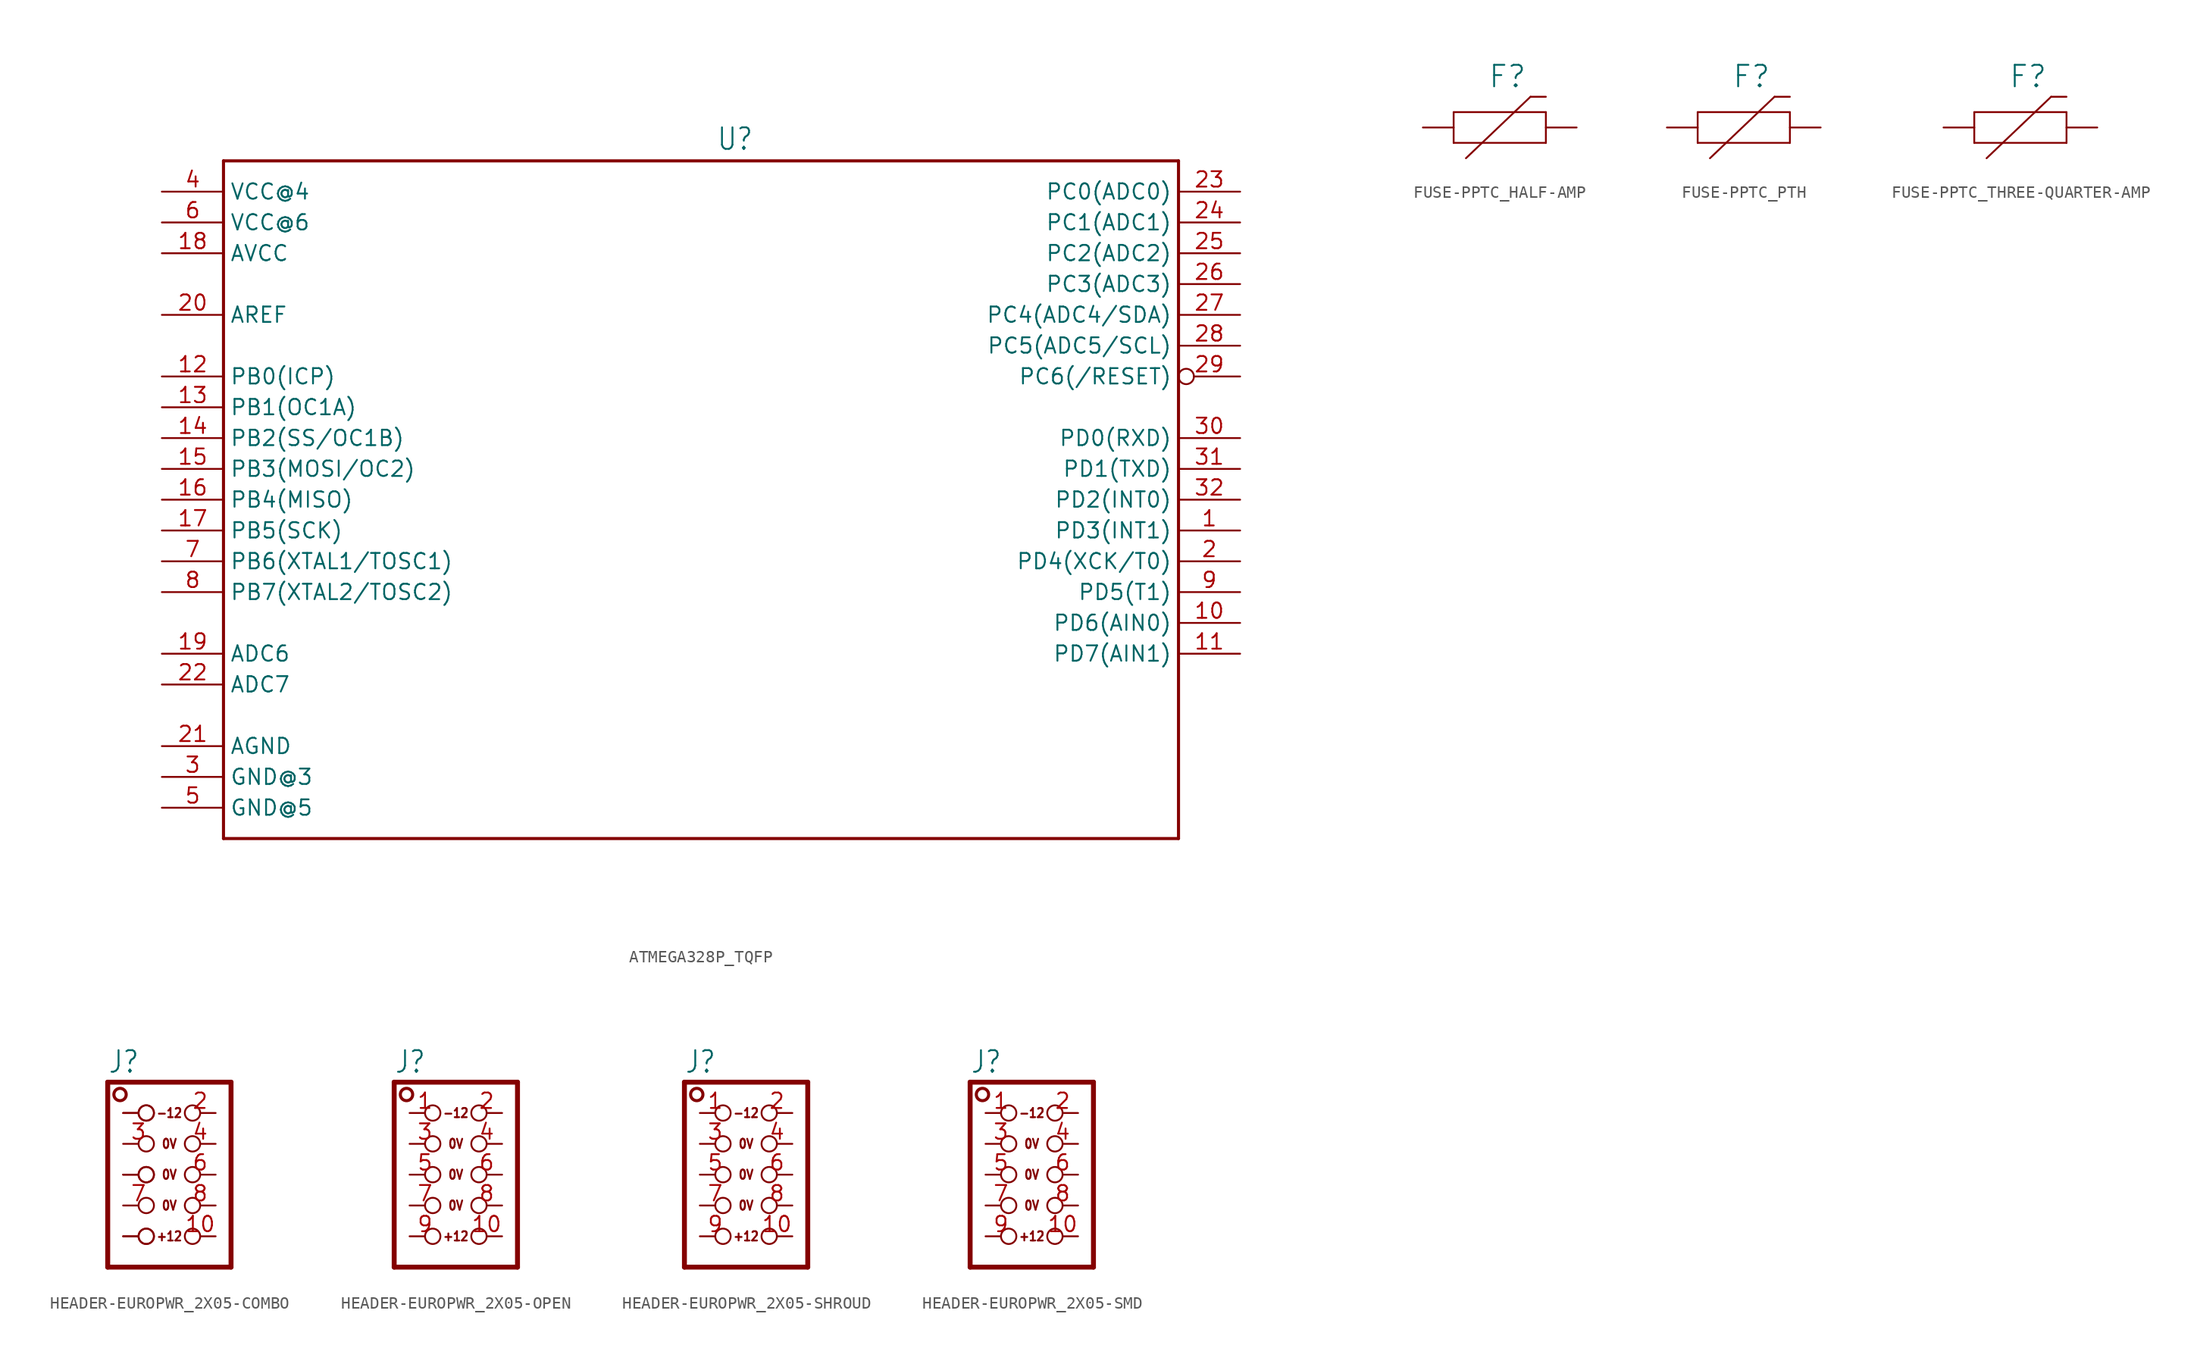
<source format=kicad_sym>
(kicad_symbol_lib
  (version 20231120)
  (generator "kicad_symbol_editor")
  (generator_version "8.0")
  (symbol "ATMEGA328P_TQFP"
    (property "Reference" "U"
      (at -20.32 33.782 0)
      (effects (font (size 1.778 1.511)) (justify left bottom)))
    (property "Value" ""
      (at -25.4 -25.4 0)
      (effects (font (size 1.778 1.511)) (justify left bottom)))
    (property "ki_locked" ""
      (at 0 0 0)
      (effects (font (size 1.27 1.27))))
    (symbol "ATMEGA328P_TQFP_1_0"
      (polyline (pts (xy -60.96 -22.86) (xy -60.96 33.02)) (stroke (width 0.254) (type solid)) (fill (type none)))
      (polyline (pts (xy -60.96 33.02) (xy 17.78 33.02)) (stroke (width 0.254) (type solid)) (fill (type none)))
      (polyline (pts (xy 17.78 -22.86) (xy -60.96 -22.86)) (stroke (width 0.254) (type solid)) (fill (type none)))
      (polyline (pts (xy 17.78 33.02) (xy 17.78 -22.86)) (stroke (width 0.254) (type solid)) (fill (type none)))
      (pin bidirectional line (at 22.86 2.54 180) (length 5.08) (name "PD3(INT1)" (effects (font (size 1.27 1.27)))) (number "1" (effects (font (size 1.27 1.27)))))
      (pin bidirectional line (at 22.86 -5.08 180) (length 5.08) (name "PD6(AIN0)" (effects (font (size 1.27 1.27)))) (number "10" (effects (font (size 1.27 1.27)))))
      (pin bidirectional line (at 22.86 -7.62 180) (length 5.08) (name "PD7(AIN1)" (effects (font (size 1.27 1.27)))) (number "11" (effects (font (size 1.27 1.27)))))
      (pin bidirectional line (at -66.04 15.24 0) (length 5.08) (name "PB0(ICP)" (effects (font (size 1.27 1.27)))) (number "12" (effects (font (size 1.27 1.27)))))
      (pin bidirectional line (at -66.04 12.7 0) (length 5.08) (name "PB1(OC1A)" (effects (font (size 1.27 1.27)))) (number "13" (effects (font (size 1.27 1.27)))))
      (pin bidirectional line (at -66.04 10.16 0) (length 5.08) (name "PB2(SS/OC1B)" (effects (font (size 1.27 1.27)))) (number "14" (effects (font (size 1.27 1.27)))))
      (pin bidirectional line (at -66.04 7.62 0) (length 5.08) (name "PB3(MOSI/OC2)" (effects (font (size 1.27 1.27)))) (number "15" (effects (font (size 1.27 1.27)))))
      (pin bidirectional line (at -66.04 5.08 0) (length 5.08) (name "PB4(MISO)" (effects (font (size 1.27 1.27)))) (number "16" (effects (font (size 1.27 1.27)))))
      (pin bidirectional line (at -66.04 2.54 0) (length 5.08) (name "PB5(SCK)" (effects (font (size 1.27 1.27)))) (number "17" (effects (font (size 1.27 1.27)))))
      (pin bidirectional line (at -66.04 25.4 0) (length 5.08) (name "AVCC" (effects (font (size 1.27 1.27)))) (number "18" (effects (font (size 1.27 1.27)))))
      (pin bidirectional line (at -66.04 -7.62 0) (length 5.08) (name "ADC6" (effects (font (size 1.27 1.27)))) (number "19" (effects (font (size 1.27 1.27)))))
      (pin bidirectional line (at 22.86 0 180) (length 5.08) (name "PD4(XCK/T0)" (effects (font (size 1.27 1.27)))) (number "2" (effects (font (size 1.27 1.27)))))
      (pin bidirectional line (at -66.04 20.32 0) (length 5.08) (name "AREF" (effects (font (size 1.27 1.27)))) (number "20" (effects (font (size 1.27 1.27)))))
      (pin bidirectional line (at -66.04 -15.24 0) (length 5.08) (name "AGND" (effects (font (size 1.27 1.27)))) (number "21" (effects (font (size 1.27 1.27)))))
      (pin bidirectional line (at -66.04 -10.16 0) (length 5.08) (name "ADC7" (effects (font (size 1.27 1.27)))) (number "22" (effects (font (size 1.27 1.27)))))
      (pin bidirectional line (at 22.86 30.48 180) (length 5.08) (name "PC0(ADC0)" (effects (font (size 1.27 1.27)))) (number "23" (effects (font (size 1.27 1.27)))))
      (pin bidirectional line (at 22.86 27.94 180) (length 5.08) (name "PC1(ADC1)" (effects (font (size 1.27 1.27)))) (number "24" (effects (font (size 1.27 1.27)))))
      (pin bidirectional line (at 22.86 25.4 180) (length 5.08) (name "PC2(ADC2)" (effects (font (size 1.27 1.27)))) (number "25" (effects (font (size 1.27 1.27)))))
      (pin bidirectional line (at 22.86 22.86 180) (length 5.08) (name "PC3(ADC3)" (effects (font (size 1.27 1.27)))) (number "26" (effects (font (size 1.27 1.27)))))
      (pin bidirectional line (at 22.86 20.32 180) (length 5.08) (name "PC4(ADC4/SDA)" (effects (font (size 1.27 1.27)))) (number "27" (effects (font (size 1.27 1.27)))))
      (pin bidirectional line (at 22.86 17.78 180) (length 5.08) (name "PC5(ADC5/SCL)" (effects (font (size 1.27 1.27)))) (number "28" (effects (font (size 1.27 1.27)))))
      (pin bidirectional inverted (at 22.86 15.24 180) (length 5.08) (name "PC6(/RESET)" (effects (font (size 1.27 1.27)))) (number "29" (effects (font (size 1.27 1.27)))))
      (pin bidirectional line (at -66.04 -17.78 0) (length 5.08) (name "GND@3" (effects (font (size 1.27 1.27)))) (number "3" (effects (font (size 1.27 1.27)))))
      (pin bidirectional line (at 22.86 10.16 180) (length 5.08) (name "PD0(RXD)" (effects (font (size 1.27 1.27)))) (number "30" (effects (font (size 1.27 1.27)))))
      (pin bidirectional line (at 22.86 7.62 180) (length 5.08) (name "PD1(TXD)" (effects (font (size 1.27 1.27)))) (number "31" (effects (font (size 1.27 1.27)))))
      (pin bidirectional line (at 22.86 5.08 180) (length 5.08) (name "PD2(INT0)" (effects (font (size 1.27 1.27)))) (number "32" (effects (font (size 1.27 1.27)))))
      (pin bidirectional line (at -66.04 30.48 0) (length 5.08) (name "VCC@4" (effects (font (size 1.27 1.27)))) (number "4" (effects (font (size 1.27 1.27)))))
      (pin bidirectional line (at -66.04 -20.32 0) (length 5.08) (name "GND@5" (effects (font (size 1.27 1.27)))) (number "5" (effects (font (size 1.27 1.27)))))
      (pin bidirectional line (at -66.04 27.94 0) (length 5.08) (name "VCC@6" (effects (font (size 1.27 1.27)))) (number "6" (effects (font (size 1.27 1.27)))))
      (pin bidirectional line (at -66.04 0 0) (length 5.08) (name "PB6(XTAL1/TOSC1)" (effects (font (size 1.27 1.27)))) (number "7" (effects (font (size 1.27 1.27)))))
      (pin bidirectional line (at -66.04 -2.54 0) (length 5.08) (name "PB7(XTAL2/TOSC2)" (effects (font (size 1.27 1.27)))) (number "8" (effects (font (size 1.27 1.27)))))
      (pin bidirectional line (at 22.86 -2.54 180) (length 5.08) (name "PD5(T1)" (effects (font (size 1.27 1.27)))) (number "9" (effects (font (size 1.27 1.27)))))))
  (symbol "FUSE-PPTC_HALF-AMP"
    (property "Reference" "F"
      (at 1.905 3.175 0)
      (effects (font (size 1.778 1.778)) (justify bottom)))
    (property "Value" ""
      (at 1.27 -2.794 0)
      (effects (font (size 1.778 1.778)) (justify top)))
    (property "ki_locked" ""
      (at 0 0 0)
      (effects (font (size 1.27 1.27))))
    (symbol "FUSE-PPTC_HALF-AMP_1_0"
      (polyline (pts (xy -2.54 -1.27) (xy -2.54 1.27)) (stroke (width 0.152) (type solid)) (fill (type none)))
      (polyline (pts (xy -2.54 1.27) (xy 5.08 1.27)) (stroke (width 0.152) (type solid)) (fill (type none)))
      (polyline (pts (xy -1.524 -2.54) (xy 3.81 2.54)) (stroke (width 0.152) (type solid)) (fill (type none)))
      (polyline (pts (xy 3.81 2.54) (xy 5.08 2.54)) (stroke (width 0.152) (type solid)) (fill (type none)))
      (polyline (pts (xy 5.08 -1.27) (xy -2.54 -1.27)) (stroke (width 0.152) (type solid)) (fill (type none)))
      (polyline (pts (xy 5.08 1.27) (xy 5.08 -1.27)) (stroke (width 0.152) (type solid)) (fill (type none)))
      (pin bidirectional line (at -5.08 0 0) (length 2.54) (name "1" (effects (font (size 0 0)))) (number "1" (effects (font (size 0 0)))))
      (pin bidirectional line (at 7.62 0 180) (length 2.54) (name "2" (effects (font (size 0 0)))) (number "2" (effects (font (size 0 0)))))))
  (symbol "FUSE-PPTC_PTH"
    (property "Reference" "F"
      (at 1.905 3.175 0)
      (effects (font (size 1.778 1.778)) (justify bottom)))
    (property "Value" ""
      (at 1.27 -2.794 0)
      (effects (font (size 1.778 1.778)) (justify top)))
    (property "ki_locked" ""
      (at 0 0 0)
      (effects (font (size 1.27 1.27))))
    (symbol "FUSE-PPTC_PTH_1_0"
      (polyline (pts (xy -2.54 -1.27) (xy -2.54 1.27)) (stroke (width 0.152) (type solid)) (fill (type none)))
      (polyline (pts (xy -2.54 1.27) (xy 5.08 1.27)) (stroke (width 0.152) (type solid)) (fill (type none)))
      (polyline (pts (xy -1.524 -2.54) (xy 3.81 2.54)) (stroke (width 0.152) (type solid)) (fill (type none)))
      (polyline (pts (xy 3.81 2.54) (xy 5.08 2.54)) (stroke (width 0.152) (type solid)) (fill (type none)))
      (polyline (pts (xy 5.08 -1.27) (xy -2.54 -1.27)) (stroke (width 0.152) (type solid)) (fill (type none)))
      (polyline (pts (xy 5.08 1.27) (xy 5.08 -1.27)) (stroke (width 0.152) (type solid)) (fill (type none)))
      (pin bidirectional line (at -5.08 0 0) (length 2.54) (name "1" (effects (font (size 0 0)))) (number "P$1" (effects (font (size 0 0)))))
      (pin bidirectional line (at 7.62 0 180) (length 2.54) (name "2" (effects (font (size 0 0)))) (number "P$2" (effects (font (size 0 0)))))))
  (symbol "FUSE-PPTC_THREE-QUARTER-AMP"
    (property "Reference" "F"
      (at 1.905 3.175 0)
      (effects (font (size 1.778 1.778)) (justify bottom)))
    (property "Value" ""
      (at 1.27 -2.794 0)
      (effects (font (size 1.778 1.778)) (justify top)))
    (property "ki_locked" ""
      (at 0 0 0)
      (effects (font (size 1.27 1.27))))
    (symbol "FUSE-PPTC_THREE-QUARTER-AMP_1_0"
      (polyline (pts (xy -2.54 -1.27) (xy -2.54 1.27)) (stroke (width 0.152) (type solid)) (fill (type none)))
      (polyline (pts (xy -2.54 1.27) (xy 5.08 1.27)) (stroke (width 0.152) (type solid)) (fill (type none)))
      (polyline (pts (xy -1.524 -2.54) (xy 3.81 2.54)) (stroke (width 0.152) (type solid)) (fill (type none)))
      (polyline (pts (xy 3.81 2.54) (xy 5.08 2.54)) (stroke (width 0.152) (type solid)) (fill (type none)))
      (polyline (pts (xy 5.08 -1.27) (xy -2.54 -1.27)) (stroke (width 0.152) (type solid)) (fill (type none)))
      (polyline (pts (xy 5.08 1.27) (xy 5.08 -1.27)) (stroke (width 0.152) (type solid)) (fill (type none)))
      (pin bidirectional line (at -5.08 0 0) (length 2.54) (name "1" (effects (font (size 0 0)))) (number "1" (effects (font (size 0 0)))))
      (pin bidirectional line (at 7.62 0 180) (length 2.54) (name "2" (effects (font (size 0 0)))) (number "2" (effects (font (size 0 0)))))))
  (symbol "HEADER-EUROPWR_2X05-COMBO"
    (property "Reference" "J"
      (at -1.27 8.255 0)
      (effects (font (size 1.778 1.511)) (justify left bottom)))
    (property "ki_locked" ""
      (at 0 0 0)
      (effects (font (size 1.27 1.27))))
    (symbol "HEADER-EUROPWR_2X05-COMBO_1_0"
      (circle (center -0.254 6.604) (radius 0.508) (stroke (width 0.254) (type solid)) (fill (type none)))
      (polyline (pts (xy -1.27 -7.62) (xy -1.27 7.62)) (stroke (width 0.406) (type solid)) (fill (type none)))
      (polyline (pts (xy -1.27 7.62) (xy 8.89 7.62)) (stroke (width 0.406) (type solid)) (fill (type none)))
      (polyline (pts (xy 8.89 -7.62) (xy -1.27 -7.62)) (stroke (width 0.406) (type solid)) (fill (type none)))
      (polyline (pts (xy 8.89 7.62) (xy 8.89 -7.62)) (stroke (width 0.406) (type solid)) (fill (type none)))
      (text "+12" (at 3.81 -5.08 0) (effects (font (size 0.762 0.648))))
      (text "-12" (at 3.81 5.08 0) (effects (font (size 0.762 0.648))))
      (text "0V" (at 3.81 -2.54 0) (effects (font (size 0.762 0.648))))
      (text "0V" (at 3.81 0 0) (effects (font (size 0.762 0.648))))
      (text "0V" (at 3.81 2.54 0) (effects (font (size 0.762 0.648))))
      (pin passive inverted (at 0 5.08 0) (length 2.54) (name "1" (effects (font (size 0 0)))) (number "1" (effects (font (size 0 0)))))
      (pin passive inverted (at 7.62 -5.08 180) (length 2.54) (name "10" (effects (font (size 0 0)))) (number "10" (effects (font (size 1.27 1.27)))))
      (pin passive inverted (at 7.62 5.08 180) (length 2.54) (name "2" (effects (font (size 0 0)))) (number "2" (effects (font (size 1.27 1.27)))))
      (pin passive inverted (at 0 2.54 0) (length 2.54) (name "3" (effects (font (size 0 0)))) (number "3" (effects (font (size 1.27 1.27)))))
      (pin passive inverted (at 7.62 2.54 180) (length 2.54) (name "4" (effects (font (size 0 0)))) (number "4" (effects (font (size 1.27 1.27)))))
      (pin passive inverted (at 0 0 0) (length 2.54) (name "5" (effects (font (size 0 0)))) (number "5" (effects (font (size 0 0)))))
      (pin passive inverted (at 7.62 0 180) (length 2.54) (name "6" (effects (font (size 0 0)))) (number "6" (effects (font (size 1.27 1.27)))))
      (pin passive inverted (at 0 -2.54 0) (length 2.54) (name "7" (effects (font (size 0 0)))) (number "7" (effects (font (size 1.27 1.27)))))
      (pin passive inverted (at 7.62 -2.54 180) (length 2.54) (name "8" (effects (font (size 0 0)))) (number "8" (effects (font (size 1.27 1.27)))))
      (pin passive inverted (at 0 -5.08 0) (length 2.54) (name "9" (effects (font (size 0 0)))) (number "9" (effects (font (size 0 0)))))
      (pin passive inverted (at 0 0 0) (length 2.54) (name "5" (effects (font (size 0 0)))) (number "B" (effects (font (size 0 0)))))
      (pin passive inverted (at 0 -5.08 0) (length 2.54) (name "9" (effects (font (size 0 0)))) (number "R" (effects (font (size 0 0)))))
      (pin passive inverted (at 0 5.08 0) (length 2.54) (name "1" (effects (font (size 0 0)))) (number "W" (effects (font (size 0 0)))))))
  (symbol "HEADER-EUROPWR_2X05-OPEN"
    (property "Reference" "J"
      (at -1.27 8.255 0)
      (effects (font (size 1.778 1.511)) (justify left bottom)))
    (property "ki_locked" ""
      (at 0 0 0)
      (effects (font (size 1.27 1.27))))
    (symbol "HEADER-EUROPWR_2X05-OPEN_1_0"
      (circle (center -0.254 6.604) (radius 0.508) (stroke (width 0.254) (type solid)) (fill (type none)))
      (polyline (pts (xy -1.27 -7.62) (xy -1.27 7.62)) (stroke (width 0.406) (type solid)) (fill (type none)))
      (polyline (pts (xy -1.27 7.62) (xy 8.89 7.62)) (stroke (width 0.406) (type solid)) (fill (type none)))
      (polyline (pts (xy 8.89 -7.62) (xy -1.27 -7.62)) (stroke (width 0.406) (type solid)) (fill (type none)))
      (polyline (pts (xy 8.89 7.62) (xy 8.89 -7.62)) (stroke (width 0.406) (type solid)) (fill (type none)))
      (text "+12" (at 3.81 -5.08 0) (effects (font (size 0.762 0.648))))
      (text "-12" (at 3.81 5.08 0) (effects (font (size 0.762 0.648))))
      (text "0V" (at 3.81 -2.54 0) (effects (font (size 0.762 0.648))))
      (text "0V" (at 3.81 0 0) (effects (font (size 0.762 0.648))))
      (text "0V" (at 3.81 2.54 0) (effects (font (size 0.762 0.648))))
      (pin passive inverted (at 0 5.08 0) (length 2.54) (name "1" (effects (font (size 0 0)))) (number "1" (effects (font (size 1.27 1.27)))))
      (pin passive inverted (at 7.62 -5.08 180) (length 2.54) (name "10" (effects (font (size 0 0)))) (number "10" (effects (font (size 1.27 1.27)))))
      (pin passive inverted (at 7.62 5.08 180) (length 2.54) (name "2" (effects (font (size 0 0)))) (number "2" (effects (font (size 1.27 1.27)))))
      (pin passive inverted (at 0 2.54 0) (length 2.54) (name "3" (effects (font (size 0 0)))) (number "3" (effects (font (size 1.27 1.27)))))
      (pin passive inverted (at 7.62 2.54 180) (length 2.54) (name "4" (effects (font (size 0 0)))) (number "4" (effects (font (size 1.27 1.27)))))
      (pin passive inverted (at 0 0 0) (length 2.54) (name "5" (effects (font (size 0 0)))) (number "5" (effects (font (size 1.27 1.27)))))
      (pin passive inverted (at 7.62 0 180) (length 2.54) (name "6" (effects (font (size 0 0)))) (number "6" (effects (font (size 1.27 1.27)))))
      (pin passive inverted (at 0 -2.54 0) (length 2.54) (name "7" (effects (font (size 0 0)))) (number "7" (effects (font (size 1.27 1.27)))))
      (pin passive inverted (at 7.62 -2.54 180) (length 2.54) (name "8" (effects (font (size 0 0)))) (number "8" (effects (font (size 1.27 1.27)))))
      (pin passive inverted (at 0 -5.08 0) (length 2.54) (name "9" (effects (font (size 0 0)))) (number "9" (effects (font (size 1.27 1.27)))))))
  (symbol "HEADER-EUROPWR_2X05-SHROUD"
    (property "Reference" "J"
      (at -1.27 8.255 0)
      (effects (font (size 1.778 1.511)) (justify left bottom)))
    (property "ki_locked" ""
      (at 0 0 0)
      (effects (font (size 1.27 1.27))))
    (symbol "HEADER-EUROPWR_2X05-SHROUD_1_0"
      (circle (center -0.254 6.604) (radius 0.508) (stroke (width 0.254) (type solid)) (fill (type none)))
      (polyline (pts (xy -1.27 -7.62) (xy -1.27 7.62)) (stroke (width 0.406) (type solid)) (fill (type none)))
      (polyline (pts (xy -1.27 7.62) (xy 8.89 7.62)) (stroke (width 0.406) (type solid)) (fill (type none)))
      (polyline (pts (xy 8.89 -7.62) (xy -1.27 -7.62)) (stroke (width 0.406) (type solid)) (fill (type none)))
      (polyline (pts (xy 8.89 7.62) (xy 8.89 -7.62)) (stroke (width 0.406) (type solid)) (fill (type none)))
      (text "+12" (at 3.81 -5.08 0) (effects (font (size 0.762 0.648))))
      (text "-12" (at 3.81 5.08 0) (effects (font (size 0.762 0.648))))
      (text "0V" (at 3.81 -2.54 0) (effects (font (size 0.762 0.648))))
      (text "0V" (at 3.81 0 0) (effects (font (size 0.762 0.648))))
      (text "0V" (at 3.81 2.54 0) (effects (font (size 0.762 0.648))))
      (pin passive inverted (at 0 5.08 0) (length 2.54) (name "1" (effects (font (size 0 0)))) (number "1" (effects (font (size 1.27 1.27)))))
      (pin passive inverted (at 7.62 -5.08 180) (length 2.54) (name "10" (effects (font (size 0 0)))) (number "10" (effects (font (size 1.27 1.27)))))
      (pin passive inverted (at 7.62 5.08 180) (length 2.54) (name "2" (effects (font (size 0 0)))) (number "2" (effects (font (size 1.27 1.27)))))
      (pin passive inverted (at 0 2.54 0) (length 2.54) (name "3" (effects (font (size 0 0)))) (number "3" (effects (font (size 1.27 1.27)))))
      (pin passive inverted (at 7.62 2.54 180) (length 2.54) (name "4" (effects (font (size 0 0)))) (number "4" (effects (font (size 1.27 1.27)))))
      (pin passive inverted (at 0 0 0) (length 2.54) (name "5" (effects (font (size 0 0)))) (number "5" (effects (font (size 1.27 1.27)))))
      (pin passive inverted (at 7.62 0 180) (length 2.54) (name "6" (effects (font (size 0 0)))) (number "6" (effects (font (size 1.27 1.27)))))
      (pin passive inverted (at 0 -2.54 0) (length 2.54) (name "7" (effects (font (size 0 0)))) (number "7" (effects (font (size 1.27 1.27)))))
      (pin passive inverted (at 7.62 -2.54 180) (length 2.54) (name "8" (effects (font (size 0 0)))) (number "8" (effects (font (size 1.27 1.27)))))
      (pin passive inverted (at 0 -5.08 0) (length 2.54) (name "9" (effects (font (size 0 0)))) (number "9" (effects (font (size 1.27 1.27)))))))
  (symbol "HEADER-EUROPWR_2X05-SMD"
    (property "Reference" "J"
      (at -1.27 8.255 0)
      (effects (font (size 1.778 1.511)) (justify left bottom)))
    (property "ki_locked" ""
      (at 0 0 0)
      (effects (font (size 1.27 1.27))))
    (symbol "HEADER-EUROPWR_2X05-SMD_1_0"
      (circle (center -0.254 6.604) (radius 0.508) (stroke (width 0.254) (type solid)) (fill (type none)))
      (polyline (pts (xy -1.27 -7.62) (xy -1.27 7.62)) (stroke (width 0.406) (type solid)) (fill (type none)))
      (polyline (pts (xy -1.27 7.62) (xy 8.89 7.62)) (stroke (width 0.406) (type solid)) (fill (type none)))
      (polyline (pts (xy 8.89 -7.62) (xy -1.27 -7.62)) (stroke (width 0.406) (type solid)) (fill (type none)))
      (polyline (pts (xy 8.89 7.62) (xy 8.89 -7.62)) (stroke (width 0.406) (type solid)) (fill (type none)))
      (text "+12" (at 3.81 -5.08 0) (effects (font (size 0.762 0.648))))
      (text "-12" (at 3.81 5.08 0) (effects (font (size 0.762 0.648))))
      (text "0V" (at 3.81 -2.54 0) (effects (font (size 0.762 0.648))))
      (text "0V" (at 3.81 0 0) (effects (font (size 0.762 0.648))))
      (text "0V" (at 3.81 2.54 0) (effects (font (size 0.762 0.648))))
      (pin passive inverted (at 0 5.08 0) (length 2.54) (name "1" (effects (font (size 0 0)))) (number "1" (effects (font (size 1.27 1.27)))))
      (pin passive inverted (at 7.62 -5.08 180) (length 2.54) (name "10" (effects (font (size 0 0)))) (number "10" (effects (font (size 1.27 1.27)))))
      (pin passive inverted (at 7.62 5.08 180) (length 2.54) (name "2" (effects (font (size 0 0)))) (number "2" (effects (font (size 1.27 1.27)))))
      (pin passive inverted (at 0 2.54 0) (length 2.54) (name "3" (effects (font (size 0 0)))) (number "3" (effects (font (size 1.27 1.27)))))
      (pin passive inverted (at 7.62 2.54 180) (length 2.54) (name "4" (effects (font (size 0 0)))) (number "4" (effects (font (size 1.27 1.27)))))
      (pin passive inverted (at 0 0 0) (length 2.54) (name "5" (effects (font (size 0 0)))) (number "5" (effects (font (size 1.27 1.27)))))
      (pin passive inverted (at 7.62 0 180) (length 2.54) (name "6" (effects (font (size 0 0)))) (number "6" (effects (font (size 1.27 1.27)))))
      (pin passive inverted (at 0 -2.54 0) (length 2.54) (name "7" (effects (font (size 0 0)))) (number "7" (effects (font (size 1.27 1.27)))))
      (pin passive inverted (at 7.62 -2.54 180) (length 2.54) (name "8" (effects (font (size 0 0)))) (number "8" (effects (font (size 1.27 1.27)))))
      (pin passive inverted (at 0 -5.08 0) (length 2.54) (name "9" (effects (font (size 0 0)))) (number "9" (effects (font (size 1.27 1.27))))))))
</source>
